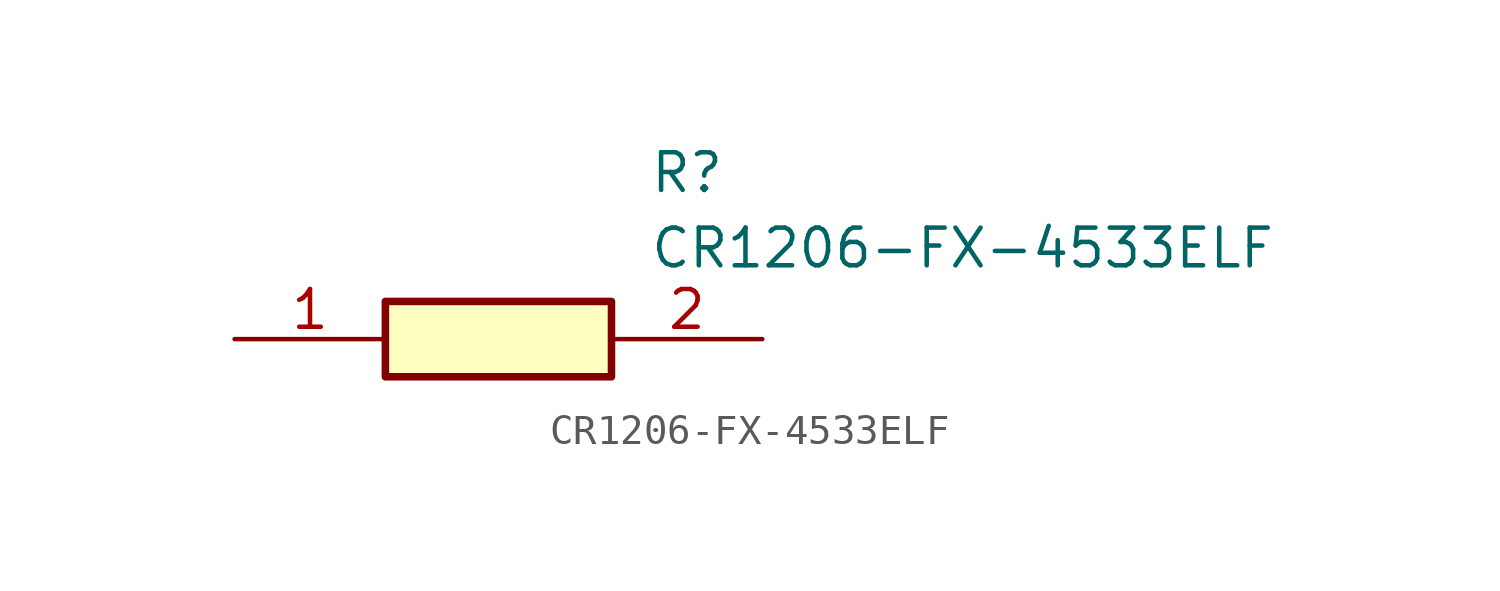
<source format=kicad_sym>
(kicad_symbol_lib
  (version 20211014)
  (generator SamacSys_ECAD_Model)
  (symbol "CR1206-FX-4533ELF"
    (pin_names hide)
    (property "Reference" "R"
      (at 13.97 6.35 0)
      (effects (font (size 1.27 1.27)) (justify left top)))
    (property "Value" "CR1206-FX-4533ELF"
      (at 13.97 3.81 0)
      (effects (font (size 1.27 1.27)) (justify left top)))
    (rectangle
      (start 5.08 1.27)
      (end 12.7 -1.27)
      (stroke (width 0.254) (type default))
      (fill (type background)))
    (pin passive line
      (at 0 0 0)
      (length 5.08)
      (name "1" (effects (font (size 1.27 1.27))))
      (number "1" (effects (font (size 1.27 1.27)))))
    (pin passive line
      (at 17.78 0 180)
      (length 5.08)
      (name "2" (effects (font (size 1.27 1.27))))
      (number "2" (effects (font (size 1.27 1.27)))))))
</source>
